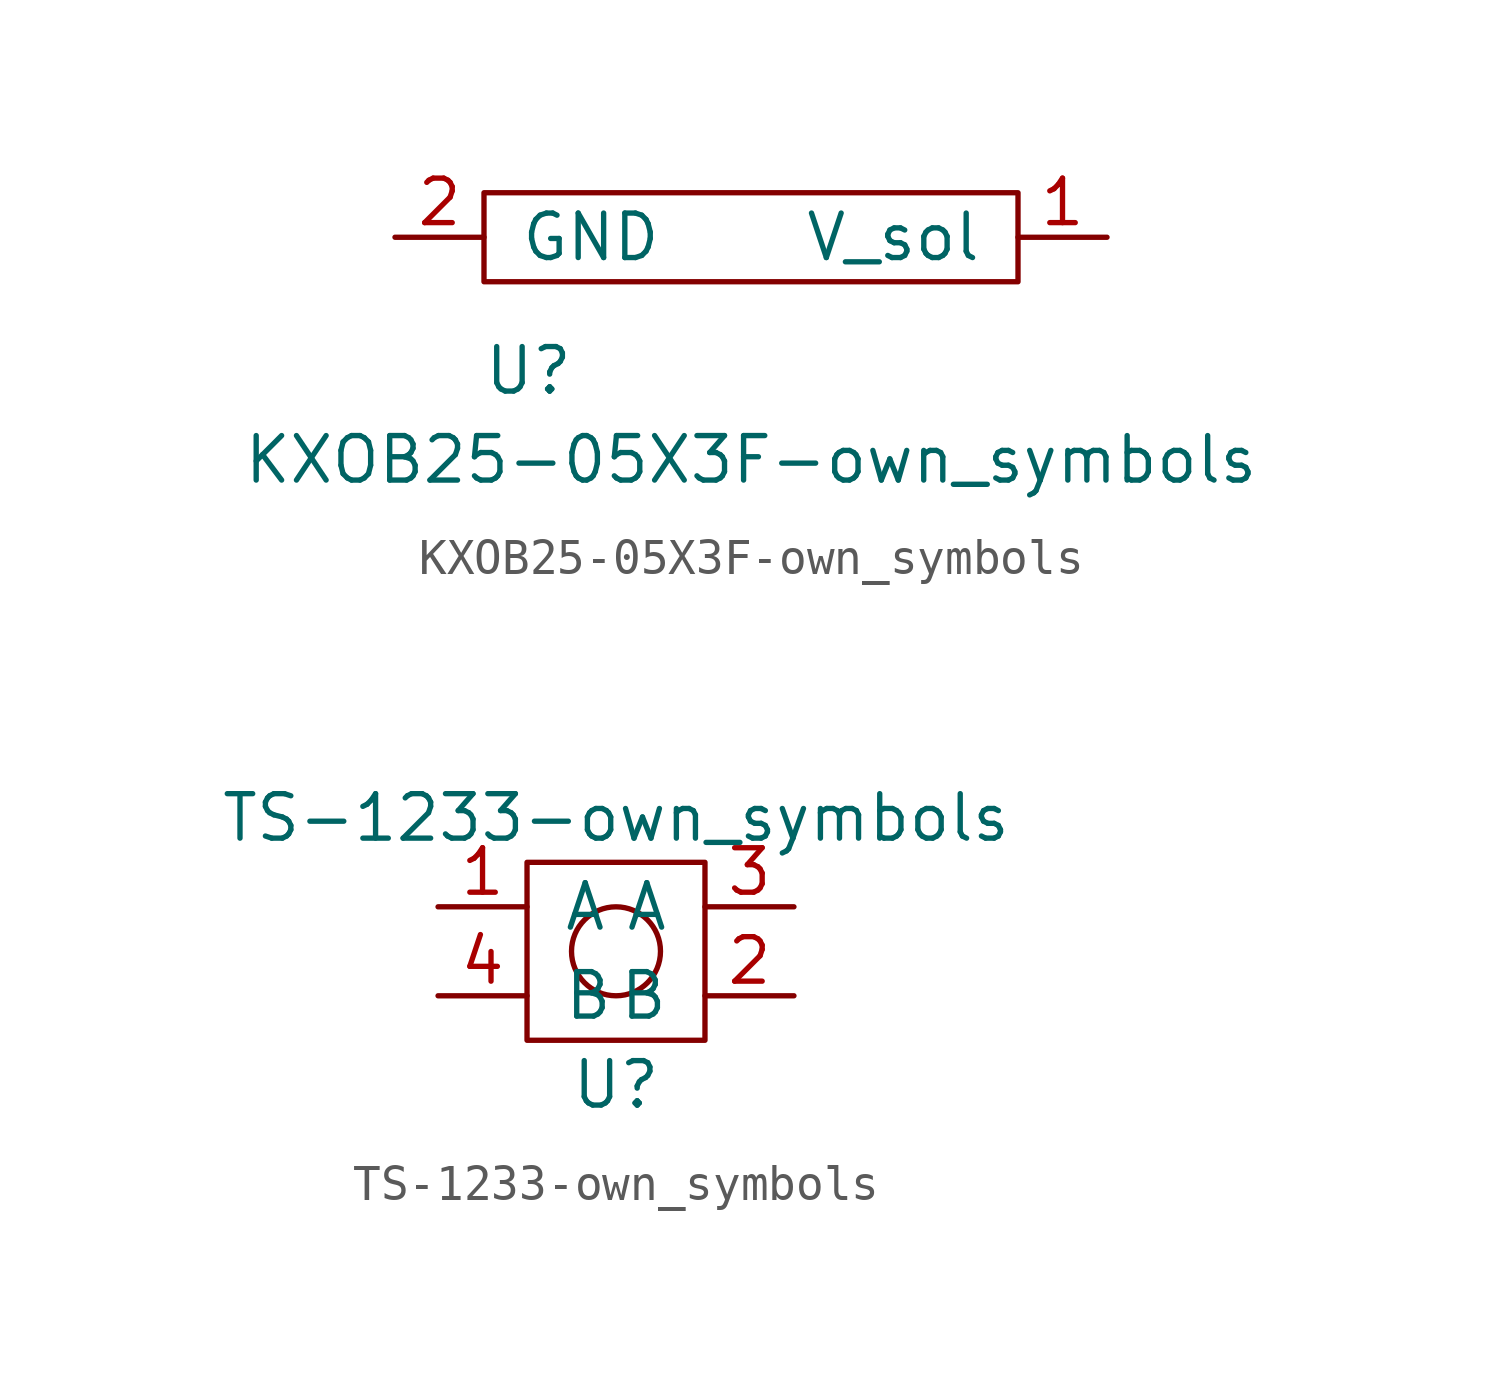
<source format=kicad_sym>
(kicad_symbol_lib
  (version 20211014)
  (generator kicad_symbol_editor)
  (symbol "KXOB25-05X3F-own_symbols"
    (pin_names
      (offset 1.016))
    (property "Reference" "U"
      (at -5.08 -3.81 0)
      (effects (font (size 1.27 1.27))))
    (property "Value" "KXOB25-05X3F-own_symbols"
      (at 1.27 -6.35 0)
      (effects (font (size 1.27 1.27))))
    (symbol "KXOB25-05X3F-own_symbols_0_1"
      (rectangle (start -6.35 1.27) (end 8.89 -1.27) (stroke (width 0) (type default) (color 0 0 0 0)) (fill (type none))))
    (symbol "KXOB25-05X3F-own_symbols_1_1"
      (pin output line (at 11.43 0 180) (length 2.54) (name "V_sol" (effects (font (size 1.27 1.27)))) (number "1" (effects (font (size 1.27 1.27)))))
      (pin input line (at -8.89 0 0) (length 2.54) (name "GND" (effects (font (size 1.27 1.27)))) (number "2" (effects (font (size 1.27 1.27)))))))
  (symbol "TS-1233-own_symbols"
    (pin_names
      (offset 1.016))
    (property "Reference" "U"
      (at 0 -3.81 0)
      (effects (font (size 1.27 1.27))))
    (property "Value" "TS-1233-own_symbols"
      (at 0 3.81 0)
      (effects (font (size 1.27 1.27))))
    (symbol "TS-1233-own_symbols_0_1"
      (rectangle (start -2.54 2.54) (end 2.54 -2.54) (stroke (width 0) (type default) (color 0 0 0 0)) (fill (type none)))
      (circle (center 0 0) (radius 1.27) (stroke (width 0) (type default) (color 0 0 0 0)) (fill (type none))))
    (symbol "TS-1233-own_symbols_1_1"
      (pin passive line (at -5.08 1.27 0) (length 2.54) (name "A" (effects (font (size 1.27 1.27)))) (number "1" (effects (font (size 1.27 1.27)))))
      (pin passive line (at 5.08 -1.27 180) (length 2.54) (name "B" (effects (font (size 1.27 1.27)))) (number "2" (effects (font (size 1.27 1.27)))))
      (pin passive line (at 5.08 1.27 180) (length 2.54) (name "A" (effects (font (size 1.27 1.27)))) (number "3" (effects (font (size 1.27 1.27)))))
      (pin passive line (at -5.08 -1.27 0) (length 2.54) (name "B" (effects (font (size 1.27 1.27)))) (number "4" (effects (font (size 1.27 1.27))))))))
</source>
